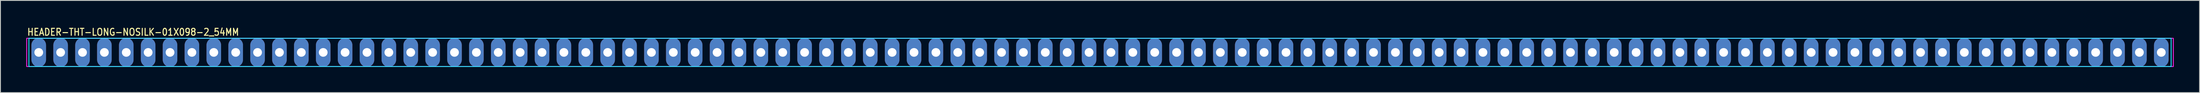
<source format=kicad_pcb>
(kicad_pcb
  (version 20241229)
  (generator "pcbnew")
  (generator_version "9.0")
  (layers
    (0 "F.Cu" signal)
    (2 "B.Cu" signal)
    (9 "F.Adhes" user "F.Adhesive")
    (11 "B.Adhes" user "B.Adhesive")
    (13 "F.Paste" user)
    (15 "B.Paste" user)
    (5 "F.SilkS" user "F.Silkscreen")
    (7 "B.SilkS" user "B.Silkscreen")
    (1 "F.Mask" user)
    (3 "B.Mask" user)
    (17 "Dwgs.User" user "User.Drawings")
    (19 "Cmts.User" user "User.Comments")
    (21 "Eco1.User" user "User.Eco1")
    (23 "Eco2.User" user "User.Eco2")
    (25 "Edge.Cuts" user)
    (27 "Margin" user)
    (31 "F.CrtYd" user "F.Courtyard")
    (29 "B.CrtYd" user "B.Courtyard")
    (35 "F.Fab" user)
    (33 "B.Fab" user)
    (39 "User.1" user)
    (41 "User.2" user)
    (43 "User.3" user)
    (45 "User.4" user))
  (footprint "HEADER-THT-LONG-NOSILK-01X098-2_54MM"
    (layer "F.Cu")
    (at 1.447 3.079)
    (property "Reference" "HEADER-THT-LONG-NOSILK-01X098-2_54MM" (at -1.4 -1.9 0) (unlocked yes) (layer "F.SilkS") (effects (font (size 0.813 0.695) (thickness 0.122)) (justify left bottom)))
    (fp_poly (pts (xy -1.143 -1.651) (xy 247.523 -1.651) (xy 247.523 1.651) (xy -1.143 1.651)) (stroke (width 0.1) (type solid)) (fill no) (layer "B.CrtYd"))
    (fp_poly (pts (xy -1.397 -1.651) (xy 247.777 -1.651) (xy 247.777 1.651) (xy -1.397 1.651)) (stroke (width 0.1) (type solid)) (fill no) (layer "F.CrtYd"))
    (pad "1" thru_hole oval (at 0 0 90) (size 3.387 1.693) (drill 1.016) (layers "*.Cu" "*.Mask"))
    (pad "2" thru_hole oval (at 2.54 0 90) (size 3.387 1.693) (drill 1.016) (layers "*.Cu" "*.Mask"))
    (pad "3" thru_hole oval (at 5.08 0 90) (size 3.387 1.693) (drill 1.016) (layers "*.Cu" "*.Mask"))
    (pad "4" thru_hole oval (at 7.62 0 90) (size 3.387 1.693) (drill 1.016) (layers "*.Cu" "*.Mask"))
    (pad "5" thru_hole oval (at 10.16 0 90) (size 3.387 1.693) (drill 1.016) (layers "*.Cu" "*.Mask"))
    (pad "6" thru_hole oval (at 12.7 0 90) (size 3.387 1.693) (drill 1.016) (layers "*.Cu" "*.Mask"))
    (pad "7" thru_hole oval (at 15.24 0 90) (size 3.387 1.693) (drill 1.016) (layers "*.Cu" "*.Mask"))
    (pad "8" thru_hole oval (at 17.78 0 90) (size 3.387 1.693) (drill 1.016) (layers "*.Cu" "*.Mask"))
    (pad "9" thru_hole oval (at 20.32 0 90) (size 3.387 1.693) (drill 1.016) (layers "*.Cu" "*.Mask"))
    (pad "10" thru_hole oval (at 22.86 0 90) (size 3.387 1.693) (drill 1.016) (layers "*.Cu" "*.Mask"))
    (pad "11" thru_hole oval (at 25.4 0 90) (size 3.387 1.693) (drill 1.016) (layers "*.Cu" "*.Mask"))
    (pad "12" thru_hole oval (at 27.94 0 90) (size 3.387 1.693) (drill 1.016) (layers "*.Cu" "*.Mask"))
    (pad "13" thru_hole oval (at 30.48 0 90) (size 3.387 1.693) (drill 1.016) (layers "*.Cu" "*.Mask"))
    (pad "14" thru_hole oval (at 33.02 0 90) (size 3.387 1.693) (drill 1.016) (layers "*.Cu" "*.Mask"))
    (pad "15" thru_hole oval (at 35.56 0 90) (size 3.387 1.693) (drill 1.016) (layers "*.Cu" "*.Mask"))
    (pad "16" thru_hole oval (at 38.1 0 90) (size 3.387 1.693) (drill 1.016) (layers "*.Cu" "*.Mask"))
    (pad "17" thru_hole oval (at 40.64 0 90) (size 3.387 1.693) (drill 1.016) (layers "*.Cu" "*.Mask"))
    (pad "18" thru_hole oval (at 43.18 0 90) (size 3.387 1.693) (drill 1.016) (layers "*.Cu" "*.Mask"))
    (pad "19" thru_hole oval (at 45.72 0 90) (size 3.387 1.693) (drill 1.016) (layers "*.Cu" "*.Mask"))
    (pad "20" thru_hole oval (at 48.26 0 90) (size 3.387 1.693) (drill 1.016) (layers "*.Cu" "*.Mask"))
    (pad "21" thru_hole oval (at 50.8 0 90) (size 3.387 1.693) (drill 1.016) (layers "*.Cu" "*.Mask"))
    (pad "22" thru_hole oval (at 53.34 0 90) (size 3.387 1.693) (drill 1.016) (layers "*.Cu" "*.Mask"))
    (pad "23" thru_hole oval (at 55.88 0 90) (size 3.387 1.693) (drill 1.016) (layers "*.Cu" "*.Mask"))
    (pad "24" thru_hole oval (at 58.42 0 90) (size 3.387 1.693) (drill 1.016) (layers "*.Cu" "*.Mask"))
    (pad "25" thru_hole oval (at 60.96 0 90) (size 3.387 1.693) (drill 1.016) (layers "*.Cu" "*.Mask"))
    (pad "26" thru_hole oval (at 63.5 0 90) (size 3.387 1.693) (drill 1.016) (layers "*.Cu" "*.Mask"))
    (pad "27" thru_hole oval (at 66.04 0 90) (size 3.387 1.693) (drill 1.016) (layers "*.Cu" "*.Mask"))
    (pad "28" thru_hole oval (at 68.58 0 90) (size 3.387 1.693) (drill 1.016) (layers "*.Cu" "*.Mask"))
    (pad "29" thru_hole oval (at 71.12 0 90) (size 3.387 1.693) (drill 1.016) (layers "*.Cu" "*.Mask"))
    (pad "30" thru_hole oval (at 73.66 0 90) (size 3.387 1.693) (drill 1.016) (layers "*.Cu" "*.Mask"))
    (pad "31" thru_hole oval (at 76.2 0 90) (size 3.387 1.693) (drill 1.016) (layers "*.Cu" "*.Mask"))
    (pad "32" thru_hole oval (at 78.74 0 90) (size 3.387 1.693) (drill 1.016) (layers "*.Cu" "*.Mask"))
    (pad "33" thru_hole oval (at 81.28 0 90) (size 3.387 1.693) (drill 1.016) (layers "*.Cu" "*.Mask"))
    (pad "34" thru_hole oval (at 83.82 0 90) (size 3.387 1.693) (drill 1.016) (layers "*.Cu" "*.Mask"))
    (pad "35" thru_hole oval (at 86.36 0 90) (size 3.387 1.693) (drill 1.016) (layers "*.Cu" "*.Mask"))
    (pad "36" thru_hole oval (at 88.9 0 90) (size 3.387 1.693) (drill 1.016) (layers "*.Cu" "*.Mask"))
    (pad "37" thru_hole oval (at 91.44 0 90) (size 3.387 1.693) (drill 1.016) (layers "*.Cu" "*.Mask"))
    (pad "38" thru_hole oval (at 93.98 0 90) (size 3.387 1.693) (drill 1.016) (layers "*.Cu" "*.Mask"))
    (pad "39" thru_hole oval (at 96.52 0 90) (size 3.387 1.693) (drill 1.016) (layers "*.Cu" "*.Mask"))
    (pad "40" thru_hole oval (at 99.06 0 90) (size 3.387 1.693) (drill 1.016) (layers "*.Cu" "*.Mask"))
    (pad "41" thru_hole oval (at 101.6 0 90) (size 3.387 1.693) (drill 1.016) (layers "*.Cu" "*.Mask"))
    (pad "42" thru_hole oval (at 104.14 0 90) (size 3.387 1.693) (drill 1.016) (layers "*.Cu" "*.Mask"))
    (pad "43" thru_hole oval (at 106.68 0 90) (size 3.387 1.693) (drill 1.016) (layers "*.Cu" "*.Mask"))
    (pad "44" thru_hole oval (at 109.22 0 90) (size 3.387 1.693) (drill 1.016) (layers "*.Cu" "*.Mask"))
    (pad "45" thru_hole oval (at 111.76 0 90) (size 3.387 1.693) (drill 1.016) (layers "*.Cu" "*.Mask"))
    (pad "46" thru_hole oval (at 114.3 0 90) (size 3.387 1.693) (drill 1.016) (layers "*.Cu" "*.Mask"))
    (pad "47" thru_hole oval (at 116.84 0 90) (size 3.387 1.693) (drill 1.016) (layers "*.Cu" "*.Mask"))
    (pad "48" thru_hole oval (at 119.38 0 90) (size 3.387 1.693) (drill 1.016) (layers "*.Cu" "*.Mask"))
    (pad "49" thru_hole oval (at 121.92 0 90) (size 3.387 1.693) (drill 1.016) (layers "*.Cu" "*.Mask"))
    (pad "50" thru_hole oval (at 124.46 0 90) (size 3.387 1.693) (drill 1.016) (layers "*.Cu" "*.Mask"))
    (pad "51" thru_hole oval (at 127 0 90) (size 3.387 1.693) (drill 1.016) (layers "*.Cu" "*.Mask"))
    (pad "52" thru_hole oval (at 129.54 0 90) (size 3.387 1.693) (drill 1.016) (layers "*.Cu" "*.Mask"))
    (pad "53" thru_hole oval (at 132.08 0 90) (size 3.387 1.693) (drill 1.016) (layers "*.Cu" "*.Mask"))
    (pad "54" thru_hole oval (at 134.62 0 90) (size 3.387 1.693) (drill 1.016) (layers "*.Cu" "*.Mask"))
    (pad "55" thru_hole oval (at 137.16 0 90) (size 3.387 1.693) (drill 1.016) (layers "*.Cu" "*.Mask"))
    (pad "56" thru_hole oval (at 139.7 0 90) (size 3.387 1.693) (drill 1.016) (layers "*.Cu" "*.Mask"))
    (pad "57" thru_hole oval (at 142.24 0 90) (size 3.387 1.693) (drill 1.016) (layers "*.Cu" "*.Mask"))
    (pad "58" thru_hole oval (at 144.78 0 90) (size 3.387 1.693) (drill 1.016) (layers "*.Cu" "*.Mask"))
    (pad "59" thru_hole oval (at 147.32 0 90) (size 3.387 1.693) (drill 1.016) (layers "*.Cu" "*.Mask"))
    (pad "60" thru_hole oval (at 149.86 0 90) (size 3.387 1.693) (drill 1.016) (layers "*.Cu" "*.Mask"))
    (pad "61" thru_hole oval (at 152.4 0 90) (size 3.387 1.693) (drill 1.016) (layers "*.Cu" "*.Mask"))
    (pad "62" thru_hole oval (at 154.94 0 90) (size 3.387 1.693) (drill 1.016) (layers "*.Cu" "*.Mask"))
    (pad "63" thru_hole oval (at 157.48 0 90) (size 3.387 1.693) (drill 1.016) (layers "*.Cu" "*.Mask"))
    (pad "64" thru_hole oval (at 160.02 0 90) (size 3.387 1.693) (drill 1.016) (layers "*.Cu" "*.Mask"))
    (pad "65" thru_hole oval (at 162.56 0 90) (size 3.387 1.693) (drill 1.016) (layers "*.Cu" "*.Mask"))
    (pad "66" thru_hole oval (at 165.1 0 90) (size 3.387 1.693) (drill 1.016) (layers "*.Cu" "*.Mask"))
    (pad "67" thru_hole oval (at 167.64 0 90) (size 3.387 1.693) (drill 1.016) (layers "*.Cu" "*.Mask"))
    (pad "68" thru_hole oval (at 170.18 0 90) (size 3.387 1.693) (drill 1.016) (layers "*.Cu" "*.Mask"))
    (pad "69" thru_hole oval (at 172.72 0 90) (size 3.387 1.693) (drill 1.016) (layers "*.Cu" "*.Mask"))
    (pad "70" thru_hole oval (at 175.26 0 90) (size 3.387 1.693) (drill 1.016) (layers "*.Cu" "*.Mask"))
    (pad "71" thru_hole oval (at 177.8 0 90) (size 3.387 1.693) (drill 1.016) (layers "*.Cu" "*.Mask"))
    (pad "72" thru_hole oval (at 180.34 0 90) (size 3.387 1.693) (drill 1.016) (layers "*.Cu" "*.Mask"))
    (pad "73" thru_hole oval (at 182.88 0 90) (size 3.387 1.693) (drill 1.016) (layers "*.Cu" "*.Mask"))
    (pad "74" thru_hole oval (at 185.42 0 90) (size 3.387 1.693) (drill 1.016) (layers "*.Cu" "*.Mask"))
    (pad "75" thru_hole oval (at 187.96 0 90) (size 3.387 1.693) (drill 1.016) (layers "*.Cu" "*.Mask"))
    (pad "76" thru_hole oval (at 190.5 0 90) (size 3.387 1.693) (drill 1.016) (layers "*.Cu" "*.Mask"))
    (pad "77" thru_hole oval (at 193.04 0 90) (size 3.387 1.693) (drill 1.016) (layers "*.Cu" "*.Mask"))
    (pad "78" thru_hole oval (at 195.58 0 90) (size 3.387 1.693) (drill 1.016) (layers "*.Cu" "*.Mask"))
    (pad "79" thru_hole oval (at 198.12 0 90) (size 3.387 1.693) (drill 1.016) (layers "*.Cu" "*.Mask"))
    (pad "80" thru_hole oval (at 200.66 0 90) (size 3.387 1.693) (drill 1.016) (layers "*.Cu" "*.Mask"))
    (pad "81" thru_hole oval (at 203.2 0 90) (size 3.387 1.693) (drill 1.016) (layers "*.Cu" "*.Mask"))
    (pad "82" thru_hole oval (at 205.74 0 90) (size 3.387 1.693) (drill 1.016) (layers "*.Cu" "*.Mask"))
    (pad "83" thru_hole oval (at 208.28 0 90) (size 3.387 1.693) (drill 1.016) (layers "*.Cu" "*.Mask"))
    (pad "84" thru_hole oval (at 210.82 0 90) (size 3.387 1.693) (drill 1.016) (layers "*.Cu" "*.Mask"))
    (pad "85" thru_hole oval (at 213.36 0 90) (size 3.387 1.693) (drill 1.016) (layers "*.Cu" "*.Mask"))
    (pad "86" thru_hole oval (at 215.9 0 90) (size 3.387 1.693) (drill 1.016) (layers "*.Cu" "*.Mask"))
    (pad "87" thru_hole oval (at 218.44 0 90) (size 3.387 1.693) (drill 1.016) (layers "*.Cu" "*.Mask"))
    (pad "88" thru_hole oval (at 220.98 0 90) (size 3.387 1.693) (drill 1.016) (layers "*.Cu" "*.Mask"))
    (pad "89" thru_hole oval (at 223.52 0 90) (size 3.387 1.693) (drill 1.016) (layers "*.Cu" "*.Mask"))
    (pad "90" thru_hole oval (at 226.06 0 90) (size 3.387 1.693) (drill 1.016) (layers "*.Cu" "*.Mask"))
    (pad "91" thru_hole oval (at 228.6 0 90) (size 3.387 1.693) (drill 1.016) (layers "*.Cu" "*.Mask"))
    (pad "92" thru_hole oval (at 231.14 0 90) (size 3.387 1.693) (drill 1.016) (layers "*.Cu" "*.Mask"))
    (pad "93" thru_hole oval (at 233.68 0 90) (size 3.387 1.693) (drill 1.016) (layers "*.Cu" "*.Mask"))
    (pad "94" thru_hole oval (at 236.22 0 90) (size 3.387 1.693) (drill 1.016) (layers "*.Cu" "*.Mask"))
    (pad "95" thru_hole oval (at 238.76 0 90) (size 3.387 1.693) (drill 1.016) (layers "*.Cu" "*.Mask"))
    (pad "96" thru_hole oval (at 241.3 0 90) (size 3.387 1.693) (drill 1.016) (layers "*.Cu" "*.Mask"))
    (pad "97" thru_hole oval (at 243.84 0 90) (size 3.387 1.693) (drill 1.016) (layers "*.Cu" "*.Mask"))
    (pad "98" thru_hole oval (at 246.38 0 90) (size 3.387 1.693) (drill 1.016) (layers "*.Cu" "*.Mask")))
  (gr_rect
    (start -3 -3)
    (end 252.274 7.78)
    (stroke (width 0.1) (type default))
    (fill no)
    (layer "Edge.Cuts")))
</source>
